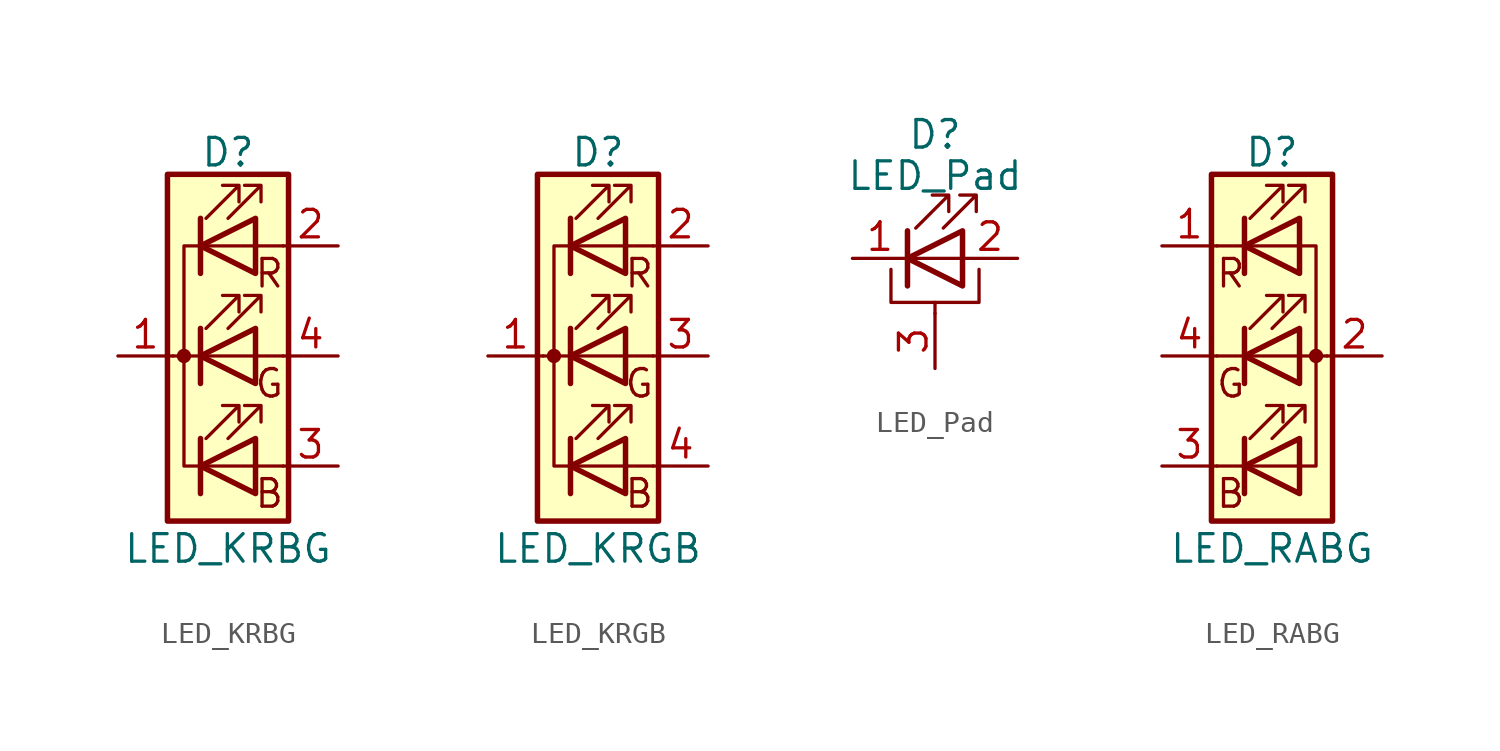
<source format=kicad_sym>
(kicad_symbol_lib
  (version 20241209)
  (generator "kicad_symbol_editor")
  (generator_version "9.0")
  (symbol "LED_KRBG"
    (pin_names
      (offset 0)
      (hide yes))
    (property "Reference" "D"
      (at 0 9.398 0)
      (effects (font (size 1.27 1.27))))
    (property "Value" "LED_KRBG"
      (at 0 -8.89 0)
      (effects (font (size 1.27 1.27))))
    (symbol "LED_KRBG_0_0"
      (text "R" (at 1.905 3.81 0) (effects (font (size 1.27 1.27))))
      (text "G" (at 1.905 -1.27 0) (effects (font (size 1.27 1.27))))
      (text "B" (at 1.905 -6.35 0) (effects (font (size 1.27 1.27)))))
    (symbol "LED_KRBG_0_1"
      (circle (center -2.032 0) (radius 0.254) (stroke (width 0) (type default)) (fill (type outline)))
      (polyline (pts (xy -1.27 6.35) (xy -1.27 3.81)) (stroke (width 0.254) (type default)) (fill (type none)))
      (polyline (pts (xy -1.27 6.35) (xy -1.27 3.81) (xy -1.27 3.81)) (stroke (width 0) (type default)) (fill (type none)))
      (polyline (pts (xy -1.27 5.08) (xy 1.27 5.08)) (stroke (width 0) (type default)) (fill (type none)))
      (polyline (pts (xy -1.27 5.08) (xy -2.032 5.08) (xy -2.032 -5.08) (xy -1.016 -5.08)) (stroke (width 0) (type default)) (fill (type none)))
      (polyline (pts (xy -1.27 1.27) (xy -1.27 -1.27)) (stroke (width 0.254) (type default)) (fill (type none)))
      (polyline (pts (xy -1.27 1.27) (xy -1.27 -1.27) (xy -1.27 -1.27)) (stroke (width 0) (type default)) (fill (type none)))
      (polyline (pts (xy -1.27 0) (xy -2.54 0)) (stroke (width 0) (type default)) (fill (type none)))
      (polyline (pts (xy -1.27 -3.81) (xy -1.27 -6.35)) (stroke (width 0.254) (type default)) (fill (type none)))
      (polyline (pts (xy -1.27 -5.08) (xy 1.27 -5.08)) (stroke (width 0) (type default)) (fill (type none)))
      (polyline (pts (xy -1.016 6.35) (xy 0.508 7.874) (xy -0.254 7.874) (xy 0.508 7.874) (xy 0.508 7.112)) (stroke (width 0) (type default)) (fill (type none)))
      (polyline (pts (xy -1.016 1.27) (xy 0.508 2.794) (xy -0.254 2.794) (xy 0.508 2.794) (xy 0.508 2.032)) (stroke (width 0) (type default)) (fill (type none)))
      (polyline (pts (xy -1.016 -3.81) (xy 0.508 -2.286) (xy -0.254 -2.286) (xy 0.508 -2.286) (xy 0.508 -3.048)) (stroke (width 0) (type default)) (fill (type none)))
      (polyline (pts (xy 0 6.35) (xy 1.524 7.874) (xy 0.762 7.874) (xy 1.524 7.874) (xy 1.524 7.112)) (stroke (width 0) (type default)) (fill (type none)))
      (polyline (pts (xy 0 1.27) (xy 1.524 2.794) (xy 0.762 2.794) (xy 1.524 2.794) (xy 1.524 2.032)) (stroke (width 0) (type default)) (fill (type none)))
      (polyline (pts (xy 0 -3.81) (xy 1.524 -2.286) (xy 0.762 -2.286) (xy 1.524 -2.286) (xy 1.524 -3.048)) (stroke (width 0) (type default)) (fill (type none)))
      (polyline (pts (xy 1.27 6.35) (xy 1.27 3.81) (xy -1.27 5.08) (xy 1.27 6.35)) (stroke (width 0.254) (type default)) (fill (type none)))
      (rectangle (start 1.27 6.35) (end 1.27 6.35) (stroke (width 0) (type default)) (fill (type none)))
      (polyline (pts (xy 1.27 5.08) (xy 2.54 5.08)) (stroke (width 0) (type default)) (fill (type none)))
      (rectangle (start 1.27 3.81) (end 1.27 6.35) (stroke (width 0) (type default)) (fill (type none)))
      (polyline (pts (xy 1.27 1.27) (xy 1.27 -1.27) (xy -1.27 0) (xy 1.27 1.27)) (stroke (width 0.254) (type default)) (fill (type none)))
      (rectangle (start 1.27 1.27) (end 1.27 1.27) (stroke (width 0) (type default)) (fill (type none)))
      (polyline (pts (xy 1.27 0) (xy -1.27 0)) (stroke (width 0) (type default)) (fill (type none)))
      (polyline (pts (xy 1.27 0) (xy 2.54 0)) (stroke (width 0) (type default)) (fill (type none)))
      (rectangle (start 1.27 -1.27) (end 1.27 1.27) (stroke (width 0) (type default)) (fill (type none)))
      (polyline (pts (xy 1.27 -3.81) (xy 1.27 -6.35) (xy -1.27 -5.08) (xy 1.27 -3.81)) (stroke (width 0.254) (type default)) (fill (type none)))
      (polyline (pts (xy 1.27 -5.08) (xy 2.54 -5.08)) (stroke (width 0) (type default)) (fill (type none)))
      (rectangle (start 2.794 8.382) (end -2.794 -7.62) (stroke (width 0.254) (type default)) (fill (type background))))
    (symbol "LED_KRBG_1_1"
      (pin passive line (at -5.08 0 0) (length 2.54) (name "K" (effects (font (size 1.27 1.27)))) (number "1" (effects (font (size 1.27 1.27)))))
      (pin passive line (at 5.08 5.08 180) (length 2.54) (name "RA" (effects (font (size 1.27 1.27)))) (number "2" (effects (font (size 1.27 1.27)))))
      (pin passive line (at 5.08 0 180) (length 2.54) (name "GA" (effects (font (size 1.27 1.27)))) (number "4" (effects (font (size 1.27 1.27)))))
      (pin passive line (at 5.08 -5.08 180) (length 2.54) (name "BA" (effects (font (size 1.27 1.27)))) (number "3" (effects (font (size 1.27 1.27)))))))
  (symbol "LED_KRGB"
    (pin_names
      (offset 0)
      (hide yes))
    (property "Reference" "D"
      (at 0 9.398 0)
      (effects (font (size 1.27 1.27))))
    (property "Value" "LED_KRGB"
      (at 0 -8.89 0)
      (effects (font (size 1.27 1.27))))
    (symbol "LED_KRGB_0_0"
      (text "R" (at 1.905 3.81 0) (effects (font (size 1.27 1.27))))
      (text "G" (at 1.905 -1.27 0) (effects (font (size 1.27 1.27))))
      (text "B" (at 1.905 -6.35 0) (effects (font (size 1.27 1.27)))))
    (symbol "LED_KRGB_0_1"
      (circle (center -2.032 0) (radius 0.254) (stroke (width 0) (type default)) (fill (type outline)))
      (polyline (pts (xy -1.27 6.35) (xy -1.27 3.81)) (stroke (width 0.254) (type default)) (fill (type none)))
      (polyline (pts (xy -1.27 6.35) (xy -1.27 3.81) (xy -1.27 3.81)) (stroke (width 0) (type default)) (fill (type none)))
      (polyline (pts (xy -1.27 5.08) (xy 1.27 5.08)) (stroke (width 0) (type default)) (fill (type none)))
      (polyline (pts (xy -1.27 5.08) (xy -2.032 5.08) (xy -2.032 -5.08) (xy -1.016 -5.08)) (stroke (width 0) (type default)) (fill (type none)))
      (polyline (pts (xy -1.27 1.27) (xy -1.27 -1.27)) (stroke (width 0.254) (type default)) (fill (type none)))
      (polyline (pts (xy -1.27 1.27) (xy -1.27 -1.27) (xy -1.27 -1.27)) (stroke (width 0) (type default)) (fill (type none)))
      (polyline (pts (xy -1.27 0) (xy -2.54 0)) (stroke (width 0) (type default)) (fill (type none)))
      (polyline (pts (xy -1.27 -3.81) (xy -1.27 -6.35)) (stroke (width 0.254) (type default)) (fill (type none)))
      (polyline (pts (xy -1.27 -5.08) (xy 1.27 -5.08)) (stroke (width 0) (type default)) (fill (type none)))
      (polyline (pts (xy -1.016 6.35) (xy 0.508 7.874) (xy -0.254 7.874) (xy 0.508 7.874) (xy 0.508 7.112)) (stroke (width 0) (type default)) (fill (type none)))
      (polyline (pts (xy -1.016 1.27) (xy 0.508 2.794) (xy -0.254 2.794) (xy 0.508 2.794) (xy 0.508 2.032)) (stroke (width 0) (type default)) (fill (type none)))
      (polyline (pts (xy -1.016 -3.81) (xy 0.508 -2.286) (xy -0.254 -2.286) (xy 0.508 -2.286) (xy 0.508 -3.048)) (stroke (width 0) (type default)) (fill (type none)))
      (polyline (pts (xy 0 6.35) (xy 1.524 7.874) (xy 0.762 7.874) (xy 1.524 7.874) (xy 1.524 7.112)) (stroke (width 0) (type default)) (fill (type none)))
      (polyline (pts (xy 0 1.27) (xy 1.524 2.794) (xy 0.762 2.794) (xy 1.524 2.794) (xy 1.524 2.032)) (stroke (width 0) (type default)) (fill (type none)))
      (polyline (pts (xy 0 -3.81) (xy 1.524 -2.286) (xy 0.762 -2.286) (xy 1.524 -2.286) (xy 1.524 -3.048)) (stroke (width 0) (type default)) (fill (type none)))
      (polyline (pts (xy 1.27 6.35) (xy 1.27 3.81) (xy -1.27 5.08) (xy 1.27 6.35)) (stroke (width 0.254) (type default)) (fill (type none)))
      (rectangle (start 1.27 6.35) (end 1.27 6.35) (stroke (width 0) (type default)) (fill (type none)))
      (polyline (pts (xy 1.27 5.08) (xy 2.54 5.08)) (stroke (width 0) (type default)) (fill (type none)))
      (rectangle (start 1.27 3.81) (end 1.27 6.35) (stroke (width 0) (type default)) (fill (type none)))
      (polyline (pts (xy 1.27 1.27) (xy 1.27 -1.27) (xy -1.27 0) (xy 1.27 1.27)) (stroke (width 0.254) (type default)) (fill (type none)))
      (rectangle (start 1.27 1.27) (end 1.27 1.27) (stroke (width 0) (type default)) (fill (type none)))
      (polyline (pts (xy 1.27 0) (xy -1.27 0)) (stroke (width 0) (type default)) (fill (type none)))
      (polyline (pts (xy 1.27 0) (xy 2.54 0)) (stroke (width 0) (type default)) (fill (type none)))
      (rectangle (start 1.27 -1.27) (end 1.27 1.27) (stroke (width 0) (type default)) (fill (type none)))
      (polyline (pts (xy 1.27 -3.81) (xy 1.27 -6.35) (xy -1.27 -5.08) (xy 1.27 -3.81)) (stroke (width 0.254) (type default)) (fill (type none)))
      (polyline (pts (xy 1.27 -5.08) (xy 2.54 -5.08)) (stroke (width 0) (type default)) (fill (type none)))
      (rectangle (start 2.794 8.382) (end -2.794 -7.62) (stroke (width 0.254) (type default)) (fill (type background))))
    (symbol "LED_KRGB_1_1"
      (pin passive line (at -5.08 0 0) (length 2.54) (name "K" (effects (font (size 1.27 1.27)))) (number "1" (effects (font (size 1.27 1.27)))))
      (pin passive line (at 5.08 5.08 180) (length 2.54) (name "RA" (effects (font (size 1.27 1.27)))) (number "2" (effects (font (size 1.27 1.27)))))
      (pin passive line (at 5.08 0 180) (length 2.54) (name "GA" (effects (font (size 1.27 1.27)))) (number "3" (effects (font (size 1.27 1.27)))))
      (pin passive line (at 5.08 -5.08 180) (length 2.54) (name "BA" (effects (font (size 1.27 1.27)))) (number "4" (effects (font (size 1.27 1.27)))))))
  (symbol "LED_Pad"
    (pin_names
      (offset 1.016)
      (hide yes))
    (property "Reference" "D"
      (at 0 5.715 0)
      (effects (font (size 1.27 1.27))))
    (property "Value" "LED_Pad"
      (at 0 3.81 0)
      (effects (font (size 1.27 1.27))))
    (symbol "LED_Pad_0_1"
      (polyline (pts (xy -2.032 -0.508) (xy -2.032 -2.032) (xy 2.032 -2.032) (xy 2.032 -0.508)) (stroke (width 0) (type default)) (fill (type none)))
      (polyline (pts (xy -1.27 0) (xy 1.27 0)) (stroke (width 0) (type default)) (fill (type none)))
      (polyline (pts (xy -1.27 -1.27) (xy -1.27 1.27)) (stroke (width 0.254) (type default)) (fill (type none)))
      (polyline (pts (xy -0.889 1.397) (xy 0.635 2.921) (xy -0.127 2.921) (xy 0.635 2.921) (xy 0.635 2.159)) (stroke (width 0) (type default)) (fill (type none)))
      (polyline (pts (xy 0 -2.54) (xy 0 -2.032)) (stroke (width 0) (type default)) (fill (type none)))
      (polyline (pts (xy 0.381 1.397) (xy 1.905 2.921) (xy 1.143 2.921) (xy 1.905 2.921) (xy 1.905 2.159)) (stroke (width 0) (type default)) (fill (type none)))
      (polyline (pts (xy 1.27 -1.27) (xy 1.27 1.27) (xy -1.27 0) (xy 1.27 -1.27)) (stroke (width 0.254) (type default)) (fill (type none))))
    (symbol "LED_Pad_1_1"
      (pin passive line (at -3.81 0 0) (length 2.54) (name "K" (effects (font (size 1.27 1.27)))) (number "1" (effects (font (size 1.27 1.27)))))
      (pin passive line (at 0 -5.08 90) (length 2.54) (name "PAD" (effects (font (size 1.27 1.27)))) (number "3" (effects (font (size 1.27 1.27)))))
      (pin passive line (at 3.81 0 180) (length 2.54) (name "A" (effects (font (size 1.27 1.27)))) (number "2" (effects (font (size 1.27 1.27)))))))
  (symbol "LED_RABG"
    (pin_names
      (offset 0)
      (hide yes))
    (property "Reference" "D"
      (at 0 9.398 0)
      (effects (font (size 1.27 1.27))))
    (property "Value" "LED_RABG"
      (at 0 -8.89 0)
      (effects (font (size 1.27 1.27))))
    (symbol "LED_RABG_0_0"
      (text "R" (at -1.905 3.81 0) (effects (font (size 1.27 1.27))))
      (text "G" (at -1.905 -1.27 0) (effects (font (size 1.27 1.27))))
      (text "B" (at -1.905 -6.35 0) (effects (font (size 1.27 1.27)))))
    (symbol "LED_RABG_0_1"
      (polyline (pts (xy -1.27 6.35) (xy -1.27 3.81)) (stroke (width 0.254) (type default)) (fill (type none)))
      (polyline (pts (xy -1.27 6.35) (xy -1.27 3.81) (xy -1.27 3.81)) (stroke (width 0) (type default)) (fill (type none)))
      (polyline (pts (xy -1.27 5.08) (xy -2.54 5.08)) (stroke (width 0) (type default)) (fill (type none)))
      (polyline (pts (xy -1.27 5.08) (xy 1.27 5.08)) (stroke (width 0) (type default)) (fill (type none)))
      (polyline (pts (xy -1.27 1.27) (xy -1.27 -1.27)) (stroke (width 0.254) (type default)) (fill (type none)))
      (polyline (pts (xy -1.27 1.27) (xy -1.27 -1.27) (xy -1.27 -1.27)) (stroke (width 0) (type default)) (fill (type none)))
      (polyline (pts (xy -1.27 0) (xy -2.54 0)) (stroke (width 0) (type default)) (fill (type none)))
      (polyline (pts (xy -1.27 -3.81) (xy -1.27 -6.35)) (stroke (width 0.254) (type default)) (fill (type none)))
      (polyline (pts (xy -1.27 -5.08) (xy -2.54 -5.08)) (stroke (width 0) (type default)) (fill (type none)))
      (polyline (pts (xy -1.27 -5.08) (xy 1.27 -5.08)) (stroke (width 0) (type default)) (fill (type none)))
      (polyline (pts (xy -1.016 6.35) (xy 0.508 7.874) (xy -0.254 7.874) (xy 0.508 7.874) (xy 0.508 7.112)) (stroke (width 0) (type default)) (fill (type none)))
      (polyline (pts (xy -1.016 1.27) (xy 0.508 2.794) (xy -0.254 2.794) (xy 0.508 2.794) (xy 0.508 2.032)) (stroke (width 0) (type default)) (fill (type none)))
      (polyline (pts (xy -1.016 -3.81) (xy 0.508 -2.286) (xy -0.254 -2.286) (xy 0.508 -2.286) (xy 0.508 -3.048)) (stroke (width 0) (type default)) (fill (type none)))
      (polyline (pts (xy 0 6.35) (xy 1.524 7.874) (xy 0.762 7.874) (xy 1.524 7.874) (xy 1.524 7.112)) (stroke (width 0) (type default)) (fill (type none)))
      (polyline (pts (xy 0 1.27) (xy 1.524 2.794) (xy 0.762 2.794) (xy 1.524 2.794) (xy 1.524 2.032)) (stroke (width 0) (type default)) (fill (type none)))
      (polyline (pts (xy 0 -3.81) (xy 1.524 -2.286) (xy 0.762 -2.286) (xy 1.524 -2.286) (xy 1.524 -3.048)) (stroke (width 0) (type default)) (fill (type none)))
      (polyline (pts (xy 1.27 6.35) (xy 1.27 3.81) (xy -1.27 5.08) (xy 1.27 6.35)) (stroke (width 0.254) (type default)) (fill (type none)))
      (rectangle (start 1.27 6.35) (end 1.27 6.35) (stroke (width 0) (type default)) (fill (type none)))
      (rectangle (start 1.27 3.81) (end 1.27 6.35) (stroke (width 0) (type default)) (fill (type none)))
      (polyline (pts (xy 1.27 1.27) (xy 1.27 -1.27) (xy -1.27 0) (xy 1.27 1.27)) (stroke (width 0.254) (type default)) (fill (type none)))
      (rectangle (start 1.27 1.27) (end 1.27 1.27) (stroke (width 0) (type default)) (fill (type none)))
      (polyline (pts (xy 1.27 0) (xy -1.27 0)) (stroke (width 0) (type default)) (fill (type none)))
      (polyline (pts (xy 1.27 0) (xy 2.54 0)) (stroke (width 0) (type default)) (fill (type none)))
      (rectangle (start 1.27 -1.27) (end 1.27 1.27) (stroke (width 0) (type default)) (fill (type none)))
      (polyline (pts (xy 1.27 -3.81) (xy 1.27 -6.35) (xy -1.27 -5.08) (xy 1.27 -3.81)) (stroke (width 0.254) (type default)) (fill (type none)))
      (polyline (pts (xy 1.27 -5.08) (xy 2.032 -5.08) (xy 2.032 5.08) (xy 1.27 5.08)) (stroke (width 0) (type default)) (fill (type none)))
      (circle (center 2.032 0) (radius 0.254) (stroke (width 0) (type default)) (fill (type outline)))
      (rectangle (start 2.794 8.382) (end -2.794 -7.62) (stroke (width 0.254) (type default)) (fill (type background))))
    (symbol "LED_RABG_1_1"
      (pin passive line (at -5.08 5.08 0) (length 2.54) (name "RK" (effects (font (size 1.27 1.27)))) (number "1" (effects (font (size 1.27 1.27)))))
      (pin passive line (at -5.08 0 0) (length 2.54) (name "GK" (effects (font (size 1.27 1.27)))) (number "4" (effects (font (size 1.27 1.27)))))
      (pin passive line (at -5.08 -5.08 0) (length 2.54) (name "BK" (effects (font (size 1.27 1.27)))) (number "3" (effects (font (size 1.27 1.27)))))
      (pin passive line (at 5.08 0 180) (length 2.54) (name "A" (effects (font (size 1.27 1.27)))) (number "2" (effects (font (size 1.27 1.27))))))))
</source>
